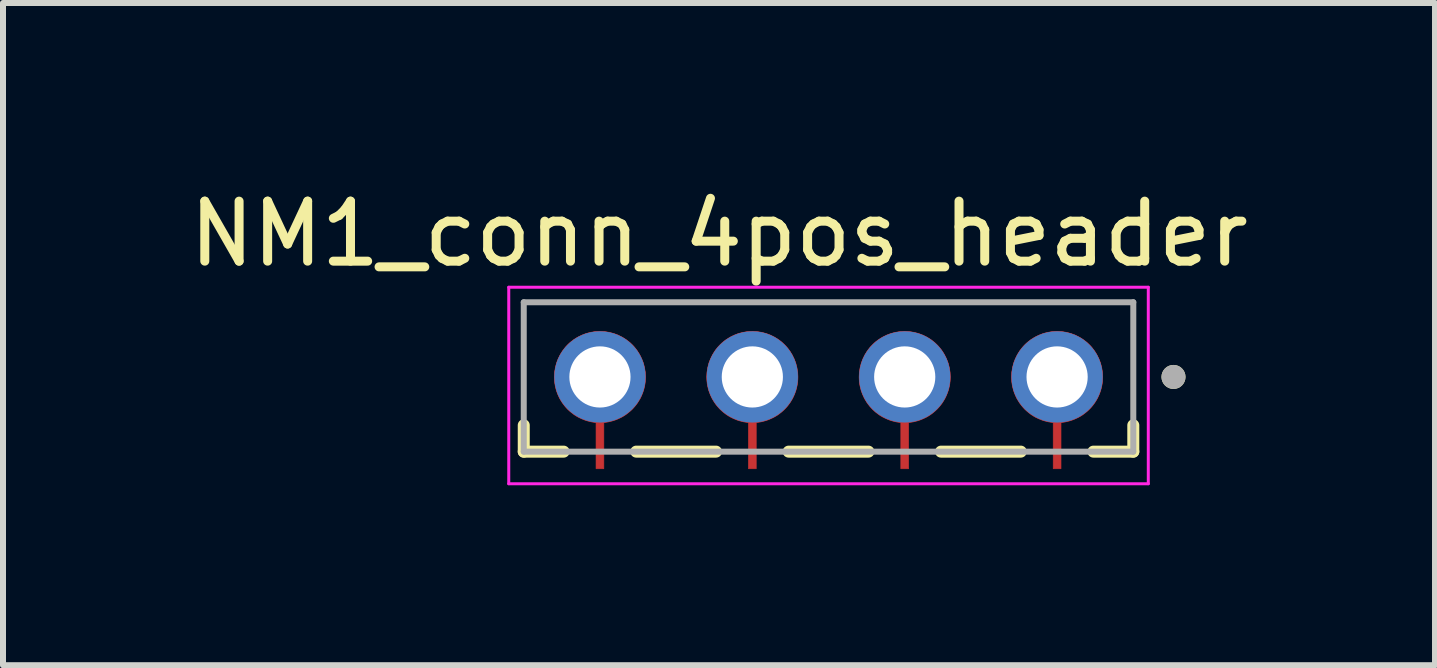
<source format=kicad_pcb>
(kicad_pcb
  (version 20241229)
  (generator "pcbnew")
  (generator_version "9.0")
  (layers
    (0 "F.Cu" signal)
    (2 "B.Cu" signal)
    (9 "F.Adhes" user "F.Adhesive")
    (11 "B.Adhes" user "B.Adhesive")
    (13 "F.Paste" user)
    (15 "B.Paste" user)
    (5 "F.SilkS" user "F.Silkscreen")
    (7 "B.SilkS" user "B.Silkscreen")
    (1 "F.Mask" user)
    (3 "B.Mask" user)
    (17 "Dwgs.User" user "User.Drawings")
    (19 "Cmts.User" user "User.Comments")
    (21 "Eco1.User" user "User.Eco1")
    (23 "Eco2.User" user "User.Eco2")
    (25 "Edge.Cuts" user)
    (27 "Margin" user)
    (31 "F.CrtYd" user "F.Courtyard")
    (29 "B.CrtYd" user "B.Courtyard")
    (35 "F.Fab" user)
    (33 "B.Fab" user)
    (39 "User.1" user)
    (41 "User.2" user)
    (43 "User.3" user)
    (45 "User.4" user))
  (footprint "NM1_conn_4pos_header"
    (layer "F.Cu")
    (at 10.76 3.233)
    (property "Reference" "NM1_conn_4pos_header" (at -1.825 -2.385 0) (layer "F.SilkS") (effects (font (size 1 1) (thickness 0.15))))
    (attr through_hole)
    (fp_poly (pts (xy -4.57 0) (xy -4.566 -0.079) (xy -4.553 -0.158) (xy -4.533 -0.235) (xy -4.504 -0.309) (xy -4.468 -0.38) (xy -4.425 -0.447) (xy -4.375 -0.509) (xy -4.319 -0.565) (xy -4.257 -0.615) (xy -4.19 -0.658) (xy -4.119 -0.694) (xy -4.045 -0.723) (xy -3.968 -0.743) (xy -3.889 -0.756) (xy -3.81 -0.76) (xy -3.731 -0.756) (xy -3.652 -0.743) (xy -3.575 -0.723) (xy -3.501 -0.694) (xy -3.43 -0.658) (xy -3.363 -0.615) (xy -3.301 -0.565) (xy -3.245 -0.509) (xy -3.195 -0.447) (xy -3.152 -0.38) (xy -3.116 -0.309) (xy -3.087 -0.235) (xy -3.067 -0.158) (xy -3.054 -0.079) (xy -3.05 0) (xy -3.051 0.038) (xy -3.054 0.076) (xy -3.058 0.113) (xy -3.065 0.151) (xy -3.073 0.187) (xy -3.083 0.224) (xy -3.095 0.259) (xy -3.109 0.294) (xy -3.124 0.329) (xy -3.141 0.363) (xy -3.16 0.395) (xy -3.18 0.427) (xy -3.202 0.458) (xy -3.225 0.487) (xy -3.25 0.516) (xy -3.276 0.543) (xy -3.304 0.569) (xy -3.333 0.593) (xy -3.362 0.616) (xy -3.393 0.638) (xy -3.425 0.658) (xy -3.458 0.676) (xy -3.492 0.692) (xy -3.527 0.707) (xy -3.562 0.721) (xy -3.598 0.732) (xy -3.634 0.742) (xy -3.671 0.75) (xy -3.708 0.756) (xy -3.745 0.76) (xy -3.745 1.53) (xy -3.875 1.53) (xy -3.875 0.76) (xy -3.912 0.756) (xy -3.949 0.75) (xy -3.986 0.742) (xy -4.022 0.732) (xy -4.058 0.721) (xy -4.093 0.707) (xy -4.128 0.692) (xy -4.162 0.676) (xy -4.195 0.658) (xy -4.227 0.638) (xy -4.258 0.616) (xy -4.287 0.593) (xy -4.316 0.569) (xy -4.344 0.543) (xy -4.37 0.516) (xy -4.395 0.487) (xy -4.418 0.458) (xy -4.44 0.427) (xy -4.46 0.395) (xy -4.479 0.363) (xy -4.496 0.329) (xy -4.511 0.294) (xy -4.525 0.259) (xy -4.537 0.224) (xy -4.547 0.187) (xy -4.555 0.151) (xy -4.562 0.113) (xy -4.566 0.076) (xy -4.569 0.038) (xy -4.57 0)) (stroke (width 0.01) (type solid)) (fill yes) (layer "F.Cu"))
    (fp_poly (pts (xy -2.03 0) (xy -2.026 -0.079) (xy -2.013 -0.158) (xy -1.993 -0.235) (xy -1.964 -0.309) (xy -1.928 -0.38) (xy -1.885 -0.447) (xy -1.835 -0.509) (xy -1.779 -0.565) (xy -1.717 -0.615) (xy -1.65 -0.658) (xy -1.579 -0.694) (xy -1.505 -0.723) (xy -1.428 -0.743) (xy -1.349 -0.756) (xy -1.27 -0.76) (xy -1.191 -0.756) (xy -1.112 -0.743) (xy -1.035 -0.723) (xy -0.961 -0.694) (xy -0.89 -0.658) (xy -0.823 -0.615) (xy -0.761 -0.565) (xy -0.705 -0.509) (xy -0.655 -0.447) (xy -0.612 -0.38) (xy -0.576 -0.309) (xy -0.547 -0.235) (xy -0.527 -0.158) (xy -0.514 -0.079) (xy -0.51 0) (xy -0.511 0.038) (xy -0.514 0.076) (xy -0.518 0.113) (xy -0.525 0.151) (xy -0.533 0.187) (xy -0.543 0.224) (xy -0.555 0.259) (xy -0.569 0.294) (xy -0.584 0.329) (xy -0.601 0.363) (xy -0.62 0.395) (xy -0.64 0.427) (xy -0.662 0.458) (xy -0.685 0.487) (xy -0.71 0.516) (xy -0.736 0.543) (xy -0.764 0.569) (xy -0.793 0.593) (xy -0.822 0.616) (xy -0.853 0.638) (xy -0.885 0.658) (xy -0.918 0.676) (xy -0.952 0.692) (xy -0.987 0.707) (xy -1.022 0.721) (xy -1.058 0.732) (xy -1.094 0.742) (xy -1.131 0.75) (xy -1.168 0.756) (xy -1.205 0.76) (xy -1.205 1.53) (xy -1.335 1.53) (xy -1.335 0.76) (xy -1.372 0.756) (xy -1.409 0.75) (xy -1.446 0.742) (xy -1.482 0.732) (xy -1.518 0.721) (xy -1.553 0.707) (xy -1.588 0.692) (xy -1.622 0.676) (xy -1.655 0.658) (xy -1.687 0.638) (xy -1.718 0.616) (xy -1.747 0.593) (xy -1.776 0.569) (xy -1.804 0.543) (xy -1.83 0.516) (xy -1.855 0.487) (xy -1.878 0.458) (xy -1.9 0.427) (xy -1.92 0.395) (xy -1.939 0.363) (xy -1.956 0.329) (xy -1.971 0.294) (xy -1.985 0.259) (xy -1.997 0.224) (xy -2.007 0.187) (xy -2.015 0.151) (xy -2.022 0.113) (xy -2.026 0.076) (xy -2.029 0.038) (xy -2.03 0)) (stroke (width 0.01) (type solid)) (fill yes) (layer "F.Cu"))
    (fp_poly (pts (xy 0.51 0) (xy 0.514 -0.079) (xy 0.527 -0.158) (xy 0.547 -0.235) (xy 0.576 -0.309) (xy 0.612 -0.38) (xy 0.655 -0.447) (xy 0.705 -0.509) (xy 0.761 -0.565) (xy 0.823 -0.615) (xy 0.89 -0.658) (xy 0.961 -0.694) (xy 1.035 -0.723) (xy 1.112 -0.743) (xy 1.191 -0.756) (xy 1.27 -0.76) (xy 1.349 -0.756) (xy 1.428 -0.743) (xy 1.505 -0.723) (xy 1.579 -0.694) (xy 1.65 -0.658) (xy 1.717 -0.615) (xy 1.779 -0.565) (xy 1.835 -0.509) (xy 1.885 -0.447) (xy 1.928 -0.38) (xy 1.964 -0.309) (xy 1.993 -0.235) (xy 2.013 -0.158) (xy 2.026 -0.079) (xy 2.03 0) (xy 2.029 0.038) (xy 2.026 0.076) (xy 2.022 0.113) (xy 2.015 0.151) (xy 2.007 0.187) (xy 1.997 0.224) (xy 1.985 0.259) (xy 1.971 0.294) (xy 1.956 0.329) (xy 1.939 0.363) (xy 1.92 0.395) (xy 1.9 0.427) (xy 1.878 0.458) (xy 1.855 0.487) (xy 1.83 0.516) (xy 1.804 0.543) (xy 1.776 0.569) (xy 1.747 0.593) (xy 1.718 0.616) (xy 1.687 0.638) (xy 1.655 0.658) (xy 1.622 0.676) (xy 1.588 0.692) (xy 1.553 0.707) (xy 1.518 0.721) (xy 1.482 0.732) (xy 1.446 0.742) (xy 1.409 0.75) (xy 1.372 0.756) (xy 1.335 0.76) (xy 1.335 1.53) (xy 1.205 1.53) (xy 1.205 0.76) (xy 1.168 0.756) (xy 1.131 0.75) (xy 1.094 0.742) (xy 1.058 0.732) (xy 1.022 0.721) (xy 0.987 0.707) (xy 0.952 0.692) (xy 0.918 0.676) (xy 0.885 0.658) (xy 0.853 0.638) (xy 0.822 0.616) (xy 0.793 0.593) (xy 0.764 0.569) (xy 0.736 0.543) (xy 0.71 0.516) (xy 0.685 0.487) (xy 0.662 0.458) (xy 0.64 0.427) (xy 0.62 0.395) (xy 0.601 0.363) (xy 0.584 0.329) (xy 0.569 0.294) (xy 0.555 0.259) (xy 0.543 0.224) (xy 0.533 0.187) (xy 0.525 0.151) (xy 0.518 0.113) (xy 0.514 0.076) (xy 0.511 0.038) (xy 0.51 0)) (stroke (width 0.01) (type solid)) (fill yes) (layer "F.Cu"))
    (fp_poly (pts (xy 3.05 0) (xy 3.054 -0.079) (xy 3.067 -0.158) (xy 3.087 -0.235) (xy 3.116 -0.309) (xy 3.152 -0.38) (xy 3.195 -0.447) (xy 3.245 -0.509) (xy 3.301 -0.565) (xy 3.363 -0.615) (xy 3.43 -0.658) (xy 3.501 -0.694) (xy 3.575 -0.723) (xy 3.652 -0.743) (xy 3.731 -0.756) (xy 3.81 -0.76) (xy 3.889 -0.756) (xy 3.968 -0.743) (xy 4.045 -0.723) (xy 4.119 -0.694) (xy 4.19 -0.658) (xy 4.257 -0.615) (xy 4.319 -0.565) (xy 4.375 -0.509) (xy 4.425 -0.447) (xy 4.468 -0.38) (xy 4.504 -0.309) (xy 4.533 -0.235) (xy 4.553 -0.158) (xy 4.566 -0.079) (xy 4.57 0) (xy 4.569 0.038) (xy 4.566 0.076) (xy 4.562 0.113) (xy 4.555 0.151) (xy 4.547 0.187) (xy 4.537 0.224) (xy 4.525 0.259) (xy 4.511 0.294) (xy 4.496 0.329) (xy 4.479 0.363) (xy 4.46 0.395) (xy 4.44 0.427) (xy 4.418 0.458) (xy 4.395 0.487) (xy 4.37 0.516) (xy 4.344 0.543) (xy 4.316 0.569) (xy 4.287 0.593) (xy 4.258 0.616) (xy 4.227 0.638) (xy 4.195 0.658) (xy 4.162 0.676) (xy 4.128 0.692) (xy 4.093 0.707) (xy 4.058 0.721) (xy 4.022 0.732) (xy 3.986 0.742) (xy 3.949 0.75) (xy 3.912 0.756) (xy 3.875 0.76) (xy 3.875 1.53) (xy 3.745 1.53) (xy 3.745 0.76) (xy 3.708 0.756) (xy 3.671 0.75) (xy 3.634 0.742) (xy 3.598 0.732) (xy 3.562 0.721) (xy 3.527 0.707) (xy 3.492 0.692) (xy 3.458 0.676) (xy 3.425 0.658) (xy 3.393 0.638) (xy 3.362 0.616) (xy 3.333 0.593) (xy 3.304 0.569) (xy 3.276 0.543) (xy 3.25 0.516) (xy 3.225 0.487) (xy 3.202 0.458) (xy 3.18 0.427) (xy 3.16 0.395) (xy 3.141 0.363) (xy 3.124 0.329) (xy 3.109 0.294) (xy 3.095 0.259) (xy 3.083 0.224) (xy 3.073 0.187) (xy 3.065 0.151) (xy 3.058 0.113) (xy 3.054 0.076) (xy 3.051 0.038) (xy 3.05 0)) (stroke (width 0.01) (type solid)) (fill yes) (layer "F.Cu"))
    (fp_poly (pts (xy -4.67 0) (xy -4.665 -0.09) (xy -4.651 -0.179) (xy -4.628 -0.266) (xy -4.596 -0.35) (xy -4.555 -0.43) (xy -4.506 -0.505) (xy -4.449 -0.575) (xy -4.385 -0.639) (xy -4.315 -0.696) (xy -4.24 -0.745) (xy -4.16 -0.786) (xy -4.076 -0.818) (xy -3.989 -0.841) (xy -3.9 -0.855) (xy -3.81 -0.86) (xy -3.72 -0.855) (xy -3.631 -0.841) (xy -3.544 -0.818) (xy -3.46 -0.786) (xy -3.38 -0.745) (xy -3.305 -0.696) (xy -3.235 -0.639) (xy -3.171 -0.575) (xy -3.114 -0.505) (xy -3.065 -0.43) (xy -3.024 -0.35) (xy -2.992 -0.266) (xy -2.969 -0.179) (xy -2.955 -0.09) (xy -2.95 0) (xy -2.951 0.038) (xy -2.954 0.077) (xy -2.958 0.116) (xy -2.964 0.155) (xy -2.973 0.194) (xy -2.982 0.232) (xy -2.994 0.269) (xy -3.007 0.307) (xy -3.022 0.343) (xy -3.039 0.379) (xy -3.057 0.413) (xy -3.077 0.448) (xy -3.098 0.481) (xy -3.121 0.513) (xy -3.146 0.544) (xy -3.171 0.573) (xy -3.199 0.602) (xy -3.227 0.629) (xy -3.257 0.655) (xy -3.287 0.68) (xy -3.319 0.703) (xy -3.352 0.725) (xy -3.386 0.745) (xy -3.421 0.763) (xy -3.456 0.78) (xy -3.492 0.796) (xy -3.529 0.809) (xy -3.567 0.821) (xy -3.605 0.831) (xy -3.645 0.84) (xy -3.645 1.63) (xy -3.975 1.63) (xy -3.975 0.84) (xy -4.015 0.831) (xy -4.053 0.821) (xy -4.091 0.809) (xy -4.128 0.796) (xy -4.164 0.78) (xy -4.199 0.763) (xy -4.234 0.745) (xy -4.268 0.725) (xy -4.301 0.703) (xy -4.333 0.68) (xy -4.363 0.655) (xy -4.393 0.629) (xy -4.421 0.602) (xy -4.449 0.573) (xy -4.474 0.544) (xy -4.499 0.513) (xy -4.522 0.481) (xy -4.543 0.448) (xy -4.563 0.413) (xy -4.581 0.379) (xy -4.598 0.343) (xy -4.613 0.307) (xy -4.626 0.269) (xy -4.638 0.232) (xy -4.647 0.194) (xy -4.656 0.155) (xy -4.662 0.116) (xy -4.666 0.077) (xy -4.669 0.038) (xy -4.67 0)) (stroke (width 0.01) (type solid)) (fill yes) (layer "F.Mask"))
    (fp_poly (pts (xy -2.13 0) (xy -2.125 -0.09) (xy -2.111 -0.179) (xy -2.088 -0.266) (xy -2.056 -0.35) (xy -2.015 -0.43) (xy -1.966 -0.505) (xy -1.909 -0.575) (xy -1.845 -0.639) (xy -1.775 -0.696) (xy -1.7 -0.745) (xy -1.62 -0.786) (xy -1.536 -0.818) (xy -1.449 -0.841) (xy -1.36 -0.855) (xy -1.27 -0.86) (xy -1.18 -0.855) (xy -1.091 -0.841) (xy -1.004 -0.818) (xy -0.92 -0.786) (xy -0.84 -0.745) (xy -0.765 -0.696) (xy -0.695 -0.639) (xy -0.631 -0.575) (xy -0.574 -0.505) (xy -0.525 -0.43) (xy -0.484 -0.35) (xy -0.452 -0.266) (xy -0.429 -0.179) (xy -0.415 -0.09) (xy -0.41 0) (xy -0.411 0.038) (xy -0.414 0.077) (xy -0.418 0.116) (xy -0.424 0.155) (xy -0.433 0.194) (xy -0.442 0.232) (xy -0.454 0.269) (xy -0.467 0.307) (xy -0.482 0.343) (xy -0.499 0.379) (xy -0.517 0.413) (xy -0.537 0.448) (xy -0.558 0.481) (xy -0.581 0.513) (xy -0.606 0.544) (xy -0.631 0.573) (xy -0.659 0.602) (xy -0.687 0.629) (xy -0.717 0.655) (xy -0.747 0.68) (xy -0.779 0.703) (xy -0.812 0.725) (xy -0.846 0.745) (xy -0.881 0.763) (xy -0.916 0.78) (xy -0.952 0.796) (xy -0.989 0.809) (xy -1.027 0.821) (xy -1.065 0.831) (xy -1.105 0.84) (xy -1.105 1.63) (xy -1.435 1.63) (xy -1.435 0.84) (xy -1.475 0.831) (xy -1.513 0.821) (xy -1.551 0.809) (xy -1.588 0.796) (xy -1.624 0.78) (xy -1.659 0.763) (xy -1.694 0.745) (xy -1.728 0.725) (xy -1.761 0.703) (xy -1.793 0.68) (xy -1.823 0.655) (xy -1.853 0.629) (xy -1.881 0.602) (xy -1.909 0.573) (xy -1.934 0.544) (xy -1.959 0.513) (xy -1.982 0.481) (xy -2.003 0.448) (xy -2.023 0.413) (xy -2.041 0.379) (xy -2.058 0.343) (xy -2.073 0.307) (xy -2.086 0.269) (xy -2.098 0.232) (xy -2.107 0.194) (xy -2.116 0.155) (xy -2.122 0.116) (xy -2.126 0.077) (xy -2.129 0.038) (xy -2.13 0)) (stroke (width 0.01) (type solid)) (fill yes) (layer "F.Mask"))
    (fp_poly (pts (xy 0.41 0) (xy 0.415 -0.09) (xy 0.429 -0.179) (xy 0.452 -0.266) (xy 0.484 -0.35) (xy 0.525 -0.43) (xy 0.574 -0.505) (xy 0.631 -0.575) (xy 0.695 -0.639) (xy 0.765 -0.696) (xy 0.84 -0.745) (xy 0.92 -0.786) (xy 1.004 -0.818) (xy 1.091 -0.841) (xy 1.18 -0.855) (xy 1.27 -0.86) (xy 1.36 -0.855) (xy 1.449 -0.841) (xy 1.536 -0.818) (xy 1.62 -0.786) (xy 1.7 -0.745) (xy 1.775 -0.696) (xy 1.845 -0.639) (xy 1.909 -0.575) (xy 1.966 -0.505) (xy 2.015 -0.43) (xy 2.056 -0.35) (xy 2.088 -0.266) (xy 2.111 -0.179) (xy 2.125 -0.09) (xy 2.13 0) (xy 2.129 0.038) (xy 2.126 0.077) (xy 2.122 0.116) (xy 2.116 0.155) (xy 2.107 0.194) (xy 2.098 0.232) (xy 2.086 0.269) (xy 2.073 0.307) (xy 2.058 0.343) (xy 2.041 0.379) (xy 2.023 0.413) (xy 2.003 0.448) (xy 1.982 0.481) (xy 1.959 0.513) (xy 1.934 0.544) (xy 1.909 0.573) (xy 1.881 0.602) (xy 1.853 0.629) (xy 1.823 0.655) (xy 1.793 0.68) (xy 1.761 0.703) (xy 1.728 0.725) (xy 1.694 0.745) (xy 1.659 0.763) (xy 1.624 0.78) (xy 1.588 0.796) (xy 1.551 0.809) (xy 1.513 0.821) (xy 1.475 0.831) (xy 1.435 0.84) (xy 1.435 1.63) (xy 1.105 1.63) (xy 1.105 0.84) (xy 1.065 0.831) (xy 1.027 0.821) (xy 0.989 0.809) (xy 0.952 0.796) (xy 0.916 0.78) (xy 0.881 0.763) (xy 0.846 0.745) (xy 0.812 0.725) (xy 0.779 0.703) (xy 0.747 0.68) (xy 0.717 0.655) (xy 0.687 0.629) (xy 0.659 0.602) (xy 0.631 0.573) (xy 0.606 0.544) (xy 0.581 0.513) (xy 0.558 0.481) (xy 0.537 0.448) (xy 0.517 0.413) (xy 0.499 0.379) (xy 0.482 0.343) (xy 0.467 0.307) (xy 0.454 0.269) (xy 0.442 0.232) (xy 0.433 0.194) (xy 0.424 0.155) (xy 0.418 0.116) (xy 0.414 0.077) (xy 0.411 0.038) (xy 0.41 0)) (stroke (width 0.01) (type solid)) (fill yes) (layer "F.Mask"))
    (fp_poly (pts (xy 2.95 0) (xy 2.955 -0.09) (xy 2.969 -0.179) (xy 2.992 -0.266) (xy 3.024 -0.35) (xy 3.065 -0.43) (xy 3.114 -0.505) (xy 3.171 -0.575) (xy 3.235 -0.639) (xy 3.305 -0.696) (xy 3.38 -0.745) (xy 3.46 -0.786) (xy 3.544 -0.818) (xy 3.631 -0.841) (xy 3.72 -0.855) (xy 3.81 -0.86) (xy 3.9 -0.855) (xy 3.989 -0.841) (xy 4.076 -0.818) (xy 4.16 -0.786) (xy 4.24 -0.745) (xy 4.315 -0.696) (xy 4.385 -0.639) (xy 4.449 -0.575) (xy 4.506 -0.505) (xy 4.555 -0.43) (xy 4.596 -0.35) (xy 4.628 -0.266) (xy 4.651 -0.179) (xy 4.665 -0.09) (xy 4.67 0) (xy 4.669 0.038) (xy 4.666 0.077) (xy 4.662 0.116) (xy 4.656 0.155) (xy 4.647 0.194) (xy 4.638 0.232) (xy 4.626 0.269) (xy 4.613 0.307) (xy 4.598 0.343) (xy 4.581 0.379) (xy 4.563 0.413) (xy 4.543 0.448) (xy 4.522 0.481) (xy 4.499 0.513) (xy 4.474 0.544) (xy 4.449 0.573) (xy 4.421 0.602) (xy 4.393 0.629) (xy 4.363 0.655) (xy 4.333 0.68) (xy 4.301 0.703) (xy 4.268 0.725) (xy 4.234 0.745) (xy 4.199 0.763) (xy 4.164 0.78) (xy 4.128 0.796) (xy 4.091 0.809) (xy 4.053 0.821) (xy 4.015 0.831) (xy 3.975 0.84) (xy 3.975 1.63) (xy 3.645 1.63) (xy 3.645 0.84) (xy 3.605 0.831) (xy 3.567 0.821) (xy 3.529 0.809) (xy 3.492 0.796) (xy 3.456 0.78) (xy 3.421 0.763) (xy 3.386 0.745) (xy 3.352 0.725) (xy 3.319 0.703) (xy 3.287 0.68) (xy 3.257 0.655) (xy 3.227 0.629) (xy 3.199 0.602) (xy 3.171 0.573) (xy 3.146 0.544) (xy 3.121 0.513) (xy 3.098 0.481) (xy 3.077 0.448) (xy 3.057 0.413) (xy 3.039 0.379) (xy 3.022 0.343) (xy 3.007 0.307) (xy 2.994 0.269) (xy 2.982 0.232) (xy 2.973 0.194) (xy 2.964 0.155) (xy 2.958 0.116) (xy 2.954 0.077) (xy 2.951 0.038) (xy 2.95 0)) (stroke (width 0.01) (type solid)) (fill yes) (layer "F.Mask"))
    (fp_line (start -5.08 1.245) (end -5.08 0.805) (stroke (width 0.2) (type solid)) (layer "F.SilkS"))
    (fp_line (start -4.415 1.245) (end -5.08 1.245) (stroke (width 0.2) (type solid)) (layer "F.SilkS"))
    (fp_line (start -1.875 1.245) (end -3.205 1.245) (stroke (width 0.2) (type solid)) (layer "F.SilkS"))
    (fp_line (start 0.665 1.245) (end -0.665 1.245) (stroke (width 0.2) (type solid)) (layer "F.SilkS"))
    (fp_line (start 3.205 1.245) (end 1.875 1.245) (stroke (width 0.2) (type solid)) (layer "F.SilkS"))
    (fp_line (start 5.08 0.805) (end 5.08 1.245) (stroke (width 0.2) (type solid)) (layer "F.SilkS"))
    (fp_line (start 5.08 1.245) (end 4.415 1.245) (stroke (width 0.2) (type solid)) (layer "F.SilkS"))
    (fp_circle (center 5.75 0) (end 5.85 0) (stroke (width 0.2) (type solid)) (fill no) (layer "F.SilkS"))
    (fp_poly (pts (xy -4.89 -1.085) (xy -2.73 -1.085) (xy -2.73 0.455) (xy -3.19 0.455) (xy -3.555 0.77) (xy -3.555 1.53) (xy -4.065 1.53) (xy -4.065 0.77) (xy -4.43 0.455) (xy -4.89 0.455)) (stroke (width 0.01) (type solid)) (fill yes) (layer "F.Paste"))
    (fp_poly (pts (xy -2.35 -1.085) (xy -0.19 -1.085) (xy -0.19 0.455) (xy -0.65 0.455) (xy -1.015 0.77) (xy -1.015 1.53) (xy -1.525 1.53) (xy -1.525 0.77) (xy -1.89 0.455) (xy -2.35 0.455)) (stroke (width 0.01) (type solid)) (fill yes) (layer "F.Paste"))
    (fp_poly (pts (xy 0.19 -1.085) (xy 2.35 -1.085) (xy 2.35 0.455) (xy 1.89 0.455) (xy 1.525 0.77) (xy 1.525 1.53) (xy 1.015 1.53) (xy 1.015 0.77) (xy 0.65 0.455) (xy 0.19 0.455)) (stroke (width 0.01) (type solid)) (fill yes) (layer "F.Paste"))
    (fp_poly (pts (xy 2.73 -1.085) (xy 4.89 -1.085) (xy 4.89 0.455) (xy 4.43 0.455) (xy 4.065 0.77) (xy 4.065 1.53) (xy 3.555 1.53) (xy 3.555 0.77) (xy 3.19 0.455) (xy 2.73 0.455)) (stroke (width 0.01) (type solid)) (fill yes) (layer "F.Paste"))
    (fp_line (start -5.33 -1.495) (end 5.33 -1.495) (stroke (width 0.05) (type solid)) (layer "F.CrtYd"))
    (fp_line (start -5.33 1.78) (end -5.33 -1.495) (stroke (width 0.05) (type solid)) (layer "F.CrtYd"))
    (fp_line (start 5.33 -1.495) (end 5.33 1.78) (stroke (width 0.05) (type solid)) (layer "F.CrtYd"))
    (fp_line (start 5.33 1.78) (end -5.33 1.78) (stroke (width 0.05) (type solid)) (layer "F.CrtYd"))
    (fp_line (start -5.08 -1.245) (end 5.08 -1.245) (stroke (width 0.1) (type solid)) (layer "F.Fab"))
    (fp_line (start -5.08 1.245) (end -5.08 -1.245) (stroke (width 0.1) (type solid)) (layer "F.Fab"))
    (fp_line (start 5.08 -1.245) (end 5.08 1.245) (stroke (width 0.1) (type solid)) (layer "F.Fab"))
    (fp_line (start 5.08 1.245) (end -5.08 1.245) (stroke (width 0.1) (type solid)) (layer "F.Fab"))
    (fp_circle (center 5.75 0) (end 5.85 0) (stroke (width 0.2) (type solid)) (fill no) (layer "F.Fab"))
    (pad "01" thru_hole circle (at 3.81 0) (size 1.52 1.52) (drill 1.02) (layers "*.Cu" "*.Mask"))
    (pad "02" thru_hole circle (at 1.27 0) (size 1.52 1.52) (drill 1.02) (layers "*.Cu" "*.Mask"))
    (pad "03" thru_hole circle (at -1.27 0) (size 1.52 1.52) (drill 1.02) (layers "*.Cu" "*.Mask"))
    (pad "04" thru_hole circle (at -3.81 0) (size 1.52 1.52) (drill 1.02) (layers "*.Cu" "*.Mask")))
  (gr_rect
    (start -3 -3)
    (end 20.869 8.038)
    (stroke (width 0.1) (type default))
    (fill no)
    (layer "Edge.Cuts")))
</source>
